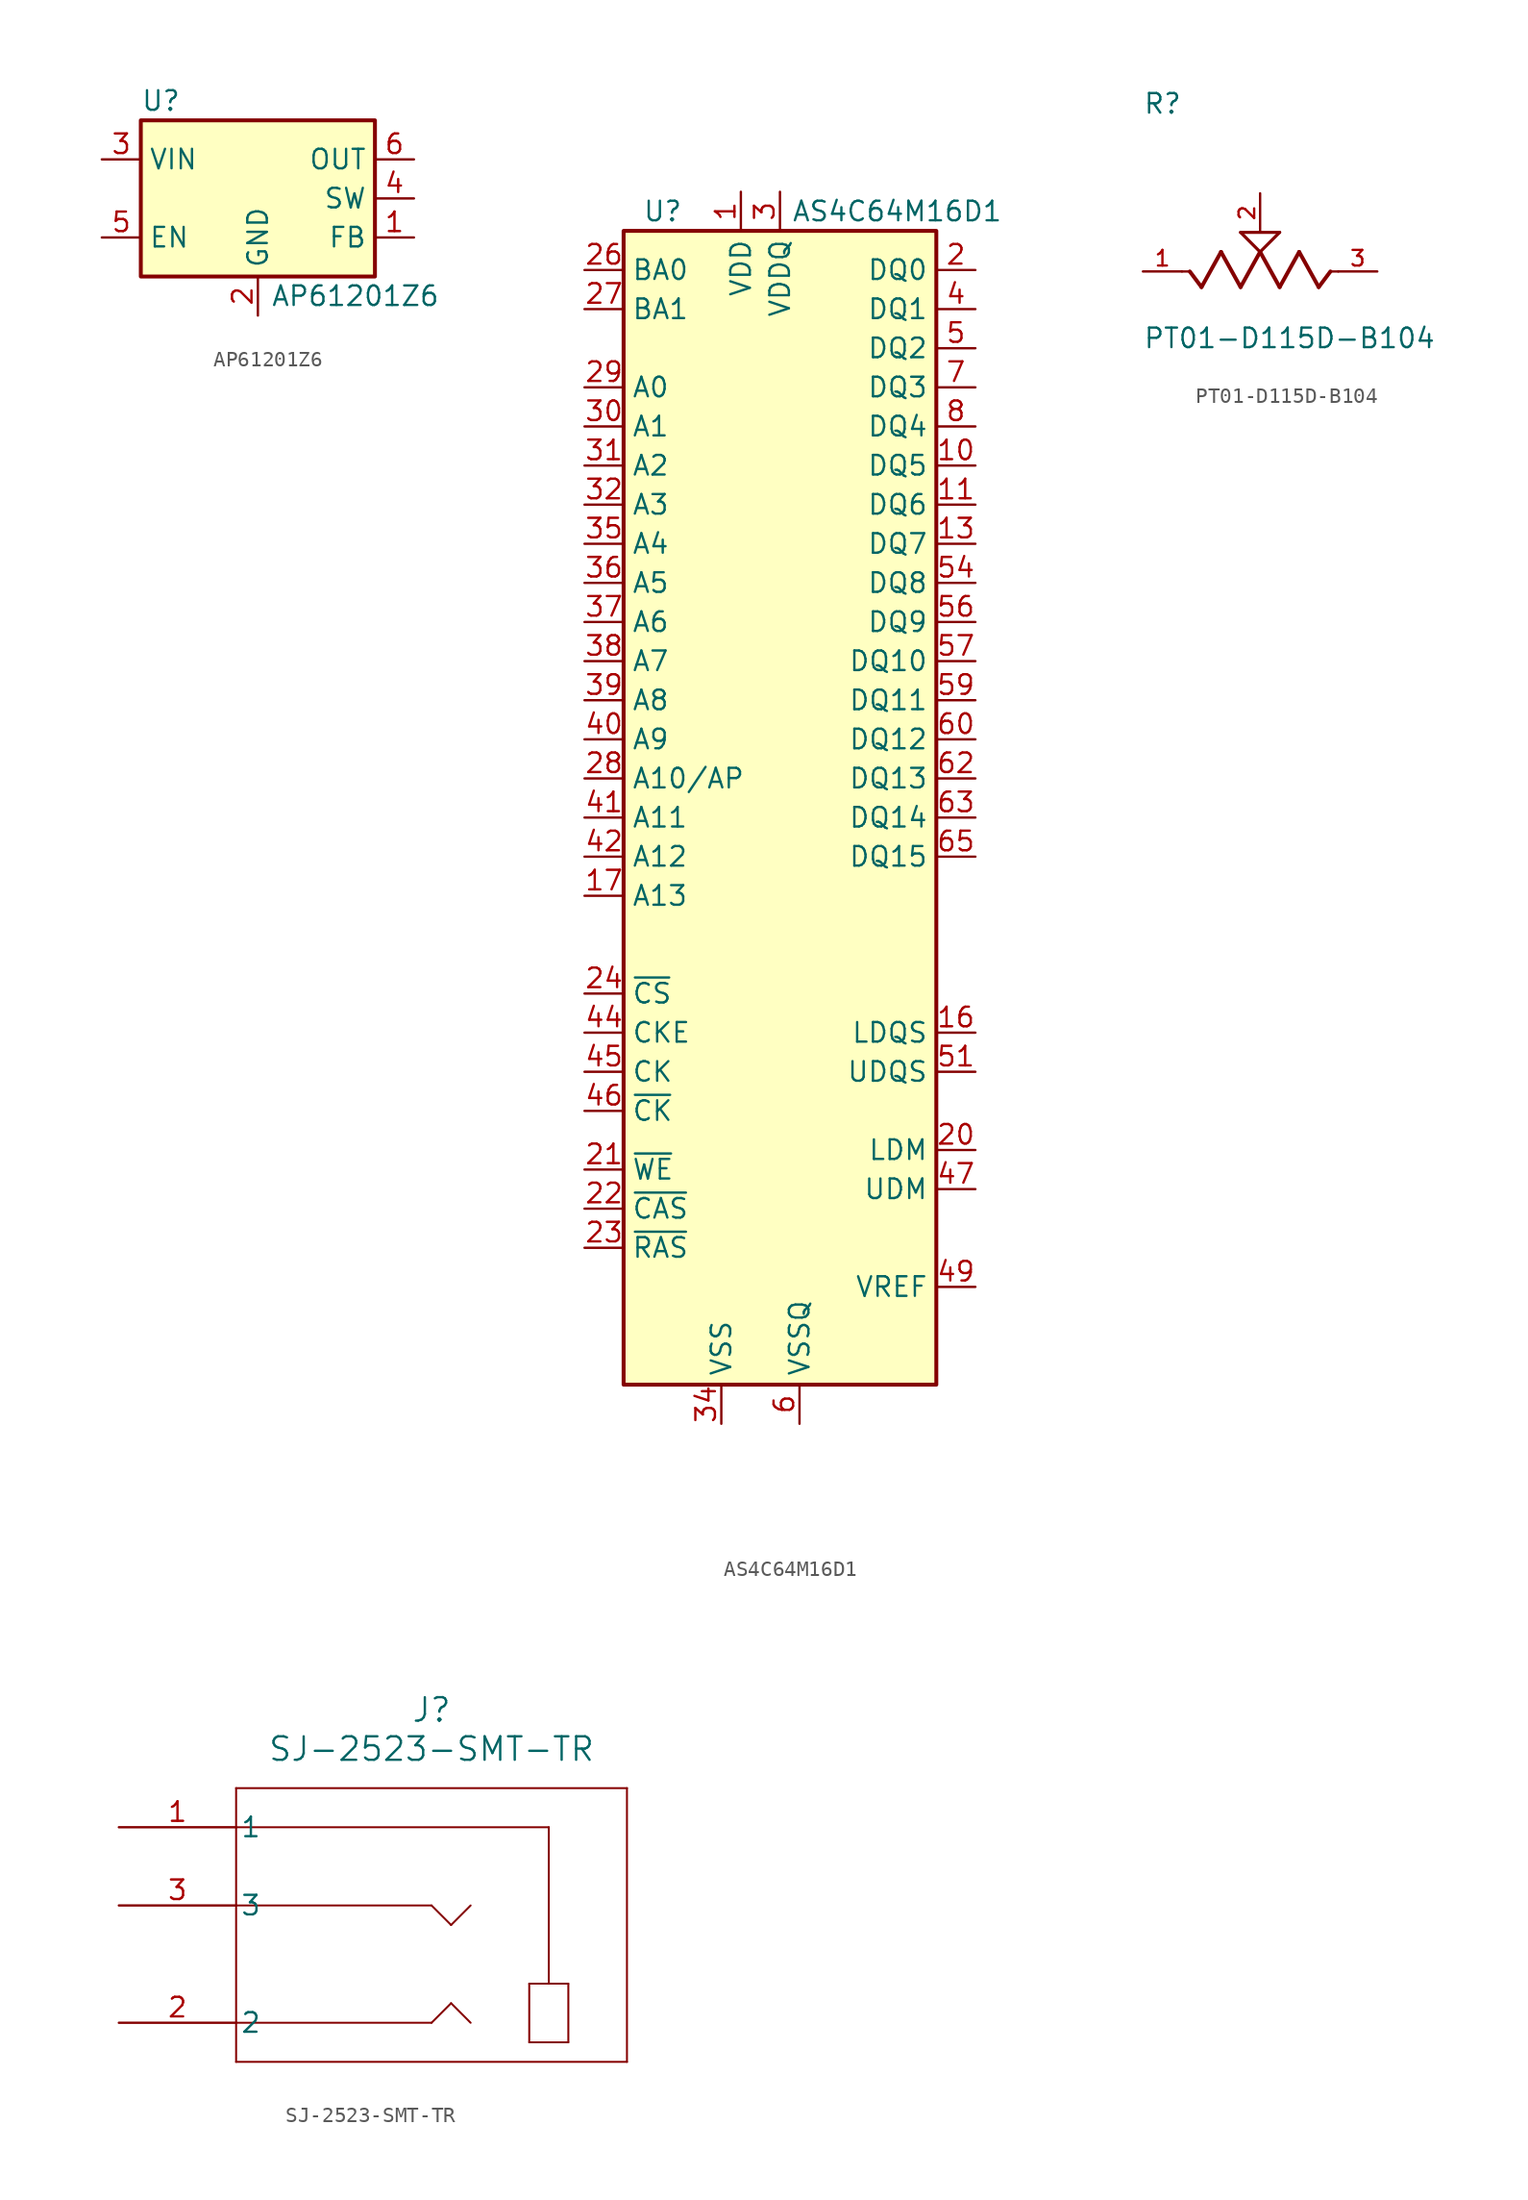
<source format=kicad_sym>
(kicad_symbol_lib
  (version 20220914)
  (generator kicad_symbol_editor)
  (symbol "AP61201Z6"
    (property "Reference" "U"
      (at -7.62 6.35 0)
      (effects (font (size 1.27 1.27)) (justify left)))
    (property "Value" "AP61201Z6"
      (at 6.35 -6.35 0)
      (effects (font (size 1.27 1.27))))
    (symbol "AP61201Z6_0_1"
      (rectangle (start -7.62 5.08) (end 7.62 -5.08) (stroke (width 0.254) (type default)) (fill (type background))))
    (symbol "AP61201Z6_1_1"
      (pin input line (at 10.16 -2.54 180) (length 2.54) (name "FB" (effects (font (size 1.27 1.27)))) (number "1" (effects (font (size 1.27 1.27)))))
      (pin power_in line (at 0 -7.62 90) (length 2.54) (name "GND" (effects (font (size 1.27 1.27)))) (number "2" (effects (font (size 1.27 1.27)))))
      (pin power_in line (at -10.16 2.54 0) (length 2.54) (name "VIN" (effects (font (size 1.27 1.27)))) (number "3" (effects (font (size 1.27 1.27)))))
      (pin passive line (at 10.16 0 180) (length 2.54) (name "SW" (effects (font (size 1.27 1.27)))) (number "4" (effects (font (size 1.27 1.27)))))
      (pin input line (at -10.16 -2.54 0) (length 2.54) (name "EN" (effects (font (size 1.27 1.27)))) (number "5" (effects (font (size 1.27 1.27)))))
      (pin output line (at 10.16 2.54 180) (length 2.54) (name "OUT" (effects (font (size 1.27 1.27)))) (number "6" (effects (font (size 1.27 1.27)))))))
  (symbol "AS4C64M16D1"
    (property "Reference" "U"
      (at -7.62 34.29 0)
      (effects (font (size 1.27 1.27))))
    (property "Value" "AS4C64M16D1"
      (at 7.62 34.29 0)
      (effects (font (size 1.27 1.27))))
    (symbol "AS4C64M16D1_0_1"
      (rectangle (start -10.16 33.02) (end 10.16 -41.91) (stroke (width 0.254) (type default)) (fill (type background))))
    (symbol "AS4C64M16D1_1_0"
      (pin input line (at 12.7 -19.05 180) (length 2.54) (name "LDQS" (effects (font (size 1.27 1.27)))) (number "16" (effects (font (size 1.27 1.27)))))
      (pin input line (at -12.7 -10.16 0) (length 2.54) (name "A13" (effects (font (size 1.27 1.27)))) (number "17" (effects (font (size 1.27 1.27)))))
      (pin passive line (at -2.54 35.56 270) (length 2.54) hide (name "VDD" (effects (font (size 1.27 1.27)))) (number "18" (effects (font (size 1.27 1.27)))))
      (pin no_connect line (at 6.35 -44.45 90) (length 2.54) hide (name "NC" (effects (font (size 1.27 1.27)))) (number "19" (effects (font (size 1.27 1.27)))))
      (pin input line (at 12.7 -26.67 180) (length 2.54) (name "LDM" (effects (font (size 1.27 1.27)))) (number "20" (effects (font (size 1.27 1.27)))))
      (pin no_connect line (at 6.35 -44.45 90) (length 2.54) hide (name "NC" (effects (font (size 1.27 1.27)))) (number "25" (effects (font (size 1.27 1.27)))))
      (pin input line (at -12.7 -24.13 0) (length 2.54) (name "~{CK}" (effects (font (size 1.27 1.27)))) (number "46" (effects (font (size 1.27 1.27)))))
      (pin input line (at 12.7 -35.56 180) (length 2.54) (name "VREF" (effects (font (size 1.27 1.27)))) (number "49" (effects (font (size 1.27 1.27)))))
      (pin input line (at 12.7 -21.59 180) (length 2.54) (name "UDQS" (effects (font (size 1.27 1.27)))) (number "51" (effects (font (size 1.27 1.27)))))
      (pin passive line (at 1.27 -44.45 90) (length 2.54) hide (name "VSSQ" (effects (font (size 1.27 1.27)))) (number "52" (effects (font (size 1.27 1.27)))))
      (pin no_connect line (at 6.35 -44.45 90) (length 2.54) hide (name "NC" (effects (font (size 1.27 1.27)))) (number "53" (effects (font (size 1.27 1.27))))))
    (symbol "AS4C64M16D1_1_1"
      (pin power_in line (at -2.54 35.56 270) (length 2.54) (name "VDD" (effects (font (size 1.27 1.27)))) (number "1" (effects (font (size 1.27 1.27)))))
      (pin bidirectional line (at 12.7 17.78 180) (length 2.54) (name "DQ5" (effects (font (size 1.27 1.27)))) (number "10" (effects (font (size 1.27 1.27)))))
      (pin bidirectional line (at 12.7 15.24 180) (length 2.54) (name "DQ6" (effects (font (size 1.27 1.27)))) (number "11" (effects (font (size 1.27 1.27)))))
      (pin passive line (at 1.27 -44.45 90) (length 2.54) hide (name "VSSQ" (effects (font (size 1.27 1.27)))) (number "12" (effects (font (size 1.27 1.27)))))
      (pin bidirectional line (at 12.7 12.7 180) (length 2.54) (name "DQ7" (effects (font (size 1.27 1.27)))) (number "13" (effects (font (size 1.27 1.27)))))
      (pin no_connect line (at -2.54 35.56 270) (length 2.54) hide (name "NC" (effects (font (size 1.27 1.27)))) (number "14" (effects (font (size 1.27 1.27)))))
      (pin power_in line (at 0 35.56 270) (length 2.54) hide (name "VDDQ" (effects (font (size 1.27 1.27)))) (number "15" (effects (font (size 1.27 1.27)))))
      (pin bidirectional line (at 12.7 30.48 180) (length 2.54) (name "DQ0" (effects (font (size 1.27 1.27)))) (number "2" (effects (font (size 1.27 1.27)))))
      (pin input line (at -12.7 -27.94 0) (length 2.54) (name "~{WE}" (effects (font (size 1.27 1.27)))) (number "21" (effects (font (size 1.27 1.27)))))
      (pin input line (at -12.7 -30.48 0) (length 2.54) (name "~{CAS}" (effects (font (size 1.27 1.27)))) (number "22" (effects (font (size 1.27 1.27)))))
      (pin input line (at -12.7 -33.02 0) (length 2.54) (name "~{RAS}" (effects (font (size 1.27 1.27)))) (number "23" (effects (font (size 1.27 1.27)))))
      (pin input line (at -12.7 -16.51 0) (length 2.54) (name "~{CS}" (effects (font (size 1.27 1.27)))) (number "24" (effects (font (size 1.27 1.27)))))
      (pin input line (at -12.7 30.48 0) (length 2.54) (name "BA0" (effects (font (size 1.27 1.27)))) (number "26" (effects (font (size 1.27 1.27)))))
      (pin input line (at -12.7 27.94 0) (length 2.54) (name "BA1" (effects (font (size 1.27 1.27)))) (number "27" (effects (font (size 1.27 1.27)))))
      (pin input line (at -12.7 -2.54 0) (length 2.54) (name "A10/AP" (effects (font (size 1.27 1.27)))) (number "28" (effects (font (size 1.27 1.27)))))
      (pin input line (at -12.7 22.86 0) (length 2.54) (name "A0" (effects (font (size 1.27 1.27)))) (number "29" (effects (font (size 1.27 1.27)))))
      (pin power_in line (at 0 35.56 270) (length 2.54) (name "VDDQ" (effects (font (size 1.27 1.27)))) (number "3" (effects (font (size 1.27 1.27)))))
      (pin input line (at -12.7 20.32 0) (length 2.54) (name "A1" (effects (font (size 1.27 1.27)))) (number "30" (effects (font (size 1.27 1.27)))))
      (pin input line (at -12.7 17.78 0) (length 2.54) (name "A2" (effects (font (size 1.27 1.27)))) (number "31" (effects (font (size 1.27 1.27)))))
      (pin input line (at -12.7 15.24 0) (length 2.54) (name "A3" (effects (font (size 1.27 1.27)))) (number "32" (effects (font (size 1.27 1.27)))))
      (pin passive line (at -2.54 35.56 270) (length 2.54) hide (name "VDD" (effects (font (size 1.27 1.27)))) (number "33" (effects (font (size 1.27 1.27)))))
      (pin power_in line (at -3.81 -44.45 90) (length 2.54) (name "VSS" (effects (font (size 1.27 1.27)))) (number "34" (effects (font (size 1.27 1.27)))))
      (pin input line (at -12.7 12.7 0) (length 2.54) (name "A4" (effects (font (size 1.27 1.27)))) (number "35" (effects (font (size 1.27 1.27)))))
      (pin input line (at -12.7 10.16 0) (length 2.54) (name "A5" (effects (font (size 1.27 1.27)))) (number "36" (effects (font (size 1.27 1.27)))))
      (pin input line (at -12.7 7.62 0) (length 2.54) (name "A6" (effects (font (size 1.27 1.27)))) (number "37" (effects (font (size 1.27 1.27)))))
      (pin input line (at -12.7 5.08 0) (length 2.54) (name "A7" (effects (font (size 1.27 1.27)))) (number "38" (effects (font (size 1.27 1.27)))))
      (pin input line (at -12.7 2.54 0) (length 2.54) (name "A8" (effects (font (size 1.27 1.27)))) (number "39" (effects (font (size 1.27 1.27)))))
      (pin bidirectional line (at 12.7 27.94 180) (length 2.54) (name "DQ1" (effects (font (size 1.27 1.27)))) (number "4" (effects (font (size 1.27 1.27)))))
      (pin input line (at -12.7 0 0) (length 2.54) (name "A9" (effects (font (size 1.27 1.27)))) (number "40" (effects (font (size 1.27 1.27)))))
      (pin input line (at -12.7 -5.08 0) (length 2.54) (name "A11" (effects (font (size 1.27 1.27)))) (number "41" (effects (font (size 1.27 1.27)))))
      (pin input line (at -12.7 -7.62 0) (length 2.54) (name "A12" (effects (font (size 1.27 1.27)))) (number "42" (effects (font (size 1.27 1.27)))))
      (pin no_connect line (at 6.35 -44.45 90) (length 2.54) hide (name "NC" (effects (font (size 1.27 1.27)))) (number "43" (effects (font (size 1.27 1.27)))))
      (pin input line (at -12.7 -19.05 0) (length 2.54) (name "CKE" (effects (font (size 1.27 1.27)))) (number "44" (effects (font (size 1.27 1.27)))))
      (pin input line (at -12.7 -21.59 0) (length 2.54) (name "CK" (effects (font (size 1.27 1.27)))) (number "45" (effects (font (size 1.27 1.27)))))
      (pin input line (at 12.7 -29.21 180) (length 2.54) (name "UDM" (effects (font (size 1.27 1.27)))) (number "47" (effects (font (size 1.27 1.27)))))
      (pin passive line (at -3.81 -44.45 90) (length 2.54) hide (name "VSS" (effects (font (size 1.27 1.27)))) (number "48" (effects (font (size 1.27 1.27)))))
      (pin bidirectional line (at 12.7 25.4 180) (length 2.54) (name "DQ2" (effects (font (size 1.27 1.27)))) (number "5" (effects (font (size 1.27 1.27)))))
      (pin no_connect line (at 6.35 -44.45 90) (length 2.54) hide (name "NC" (effects (font (size 1.27 1.27)))) (number "50" (effects (font (size 1.27 1.27)))))
      (pin bidirectional line (at 12.7 10.16 180) (length 2.54) (name "DQ8" (effects (font (size 1.27 1.27)))) (number "54" (effects (font (size 1.27 1.27)))))
      (pin passive line (at 0 35.56 270) (length 2.54) hide (name "VDDQ" (effects (font (size 1.27 1.27)))) (number "55" (effects (font (size 1.27 1.27)))))
      (pin bidirectional line (at 12.7 7.62 180) (length 2.54) (name "DQ9" (effects (font (size 1.27 1.27)))) (number "56" (effects (font (size 1.27 1.27)))))
      (pin bidirectional line (at 12.7 5.08 180) (length 2.54) (name "DQ10" (effects (font (size 1.27 1.27)))) (number "57" (effects (font (size 1.27 1.27)))))
      (pin passive line (at 1.27 -44.45 90) (length 2.54) hide (name "VSSQ" (effects (font (size 1.27 1.27)))) (number "58" (effects (font (size 1.27 1.27)))))
      (pin bidirectional line (at 12.7 2.54 180) (length 2.54) (name "DQ11" (effects (font (size 1.27 1.27)))) (number "59" (effects (font (size 1.27 1.27)))))
      (pin power_in line (at 1.27 -44.45 90) (length 2.54) (name "VSSQ" (effects (font (size 1.27 1.27)))) (number "6" (effects (font (size 1.27 1.27)))))
      (pin bidirectional line (at 12.7 0 180) (length 2.54) (name "DQ12" (effects (font (size 1.27 1.27)))) (number "60" (effects (font (size 1.27 1.27)))))
      (pin passive line (at 0 35.56 270) (length 2.54) hide (name "VDDQ" (effects (font (size 1.27 1.27)))) (number "61" (effects (font (size 1.27 1.27)))))
      (pin bidirectional line (at 12.7 -2.54 180) (length 2.54) (name "DQ13" (effects (font (size 1.27 1.27)))) (number "62" (effects (font (size 1.27 1.27)))))
      (pin bidirectional line (at 12.7 -5.08 180) (length 2.54) (name "DQ14" (effects (font (size 1.27 1.27)))) (number "63" (effects (font (size 1.27 1.27)))))
      (pin passive line (at 1.27 -44.45 90) (length 2.54) hide (name "VSSQ" (effects (font (size 1.27 1.27)))) (number "64" (effects (font (size 1.27 1.27)))))
      (pin bidirectional line (at 12.7 -7.62 180) (length 2.54) (name "DQ15" (effects (font (size 1.27 1.27)))) (number "65" (effects (font (size 1.27 1.27)))))
      (pin passive line (at -3.81 -44.45 90) (length 2.54) hide (name "VSS" (effects (font (size 1.27 1.27)))) (number "66" (effects (font (size 1.27 1.27)))))
      (pin bidirectional line (at 12.7 22.86 180) (length 2.54) (name "DQ3" (effects (font (size 1.27 1.27)))) (number "7" (effects (font (size 1.27 1.27)))))
      (pin bidirectional line (at 12.7 20.32 180) (length 2.54) (name "DQ4" (effects (font (size 1.27 1.27)))) (number "8" (effects (font (size 1.27 1.27)))))
      (pin passive line (at 0 35.56 270) (length 2.54) hide (name "VDDQ" (effects (font (size 1.27 1.27)))) (number "9" (effects (font (size 1.27 1.27)))))))
  (symbol "PT01-D115D-B104"
    (pin_names
      (offset 1.016))
    (property "Reference" "R"
      (at -7.62 10.16 0)
      (effects (font (size 1.27 1.27)) (justify left bottom)))
    (property "Value" "PT01-D115D-B104"
      (at -7.62 -5.08 0)
      (effects (font (size 1.27 1.27)) (justify left bottom)))
    (symbol "PT01-D115D-B104_0_0"
      (polyline (pts (xy -4.572 0) (xy -5.08 0)) (stroke (width 0.152) (type default)) (fill (type none)))
      (polyline (pts (xy -3.81 -1.016) (xy -4.572 0)) (stroke (width 0.254) (type default)) (fill (type none)))
      (polyline (pts (xy -2.54 1.27) (xy -3.81 -1.016)) (stroke (width 0.254) (type default)) (fill (type none)))
      (polyline (pts (xy -1.27 -1.016) (xy -2.54 1.27)) (stroke (width 0.254) (type default)) (fill (type none)))
      (polyline (pts (xy -1.27 2.54) (xy 1.27 2.54)) (stroke (width 0.203) (type default)) (fill (type none)))
      (polyline (pts (xy 0 1.27) (xy -1.27 -1.016)) (stroke (width 0.254) (type default)) (fill (type none)))
      (polyline (pts (xy 0 1.27) (xy -1.27 2.54)) (stroke (width 0.203) (type default)) (fill (type none)))
      (polyline (pts (xy 1.27 -1.016) (xy 0 1.27)) (stroke (width 0.254) (type default)) (fill (type none)))
      (polyline (pts (xy 1.27 2.54) (xy 0 1.27)) (stroke (width 0.203) (type default)) (fill (type none)))
      (polyline (pts (xy 2.54 1.27) (xy 1.27 -1.016)) (stroke (width 0.254) (type default)) (fill (type none)))
      (polyline (pts (xy 3.81 -1.016) (xy 2.54 1.27)) (stroke (width 0.254) (type default)) (fill (type none)))
      (polyline (pts (xy 4.572 0) (xy 3.81 -1.016)) (stroke (width 0.254) (type default)) (fill (type none)))
      (polyline (pts (xy 5.08 0) (xy 4.572 0)) (stroke (width 0.152) (type default)) (fill (type none)))
      (pin passive line (at -7.62 0 0) (length 2.54) (name "~" (effects (font (size 1.016 1.016)))) (number "1" (effects (font (size 1.016 1.016)))))
      (pin passive line (at 0 5.08 270) (length 2.54) (name "~" (effects (font (size 1.016 1.016)))) (number "2" (effects (font (size 1.016 1.016)))))
      (pin passive line (at 7.62 0 180) (length 2.54) (name "~" (effects (font (size 1.016 1.016)))) (number "3" (effects (font (size 1.016 1.016)))))))
  (symbol "SJ-2523-SMT-TR"
    (pin_names
      (offset 0.254))
    (property "Reference" "J"
      (at 20.32 7.62 0)
      (effects (font (size 1.524 1.524))))
    (property "Value" "SJ-2523-SMT-TR"
      (at 20.32 5.08 0)
      (effects (font (size 1.524 1.524))))
    (property "ki_locked" ""
      (at 0 0 0)
      (effects (font (size 1.27 1.27))))
    (symbol "SJ-2523-SMT-TR_0_1"
      (polyline (pts (xy 7.62 -15.24) (xy 33.02 -15.24)) (stroke (width 0.127) (type default)) (fill (type none)))
      (polyline (pts (xy 7.62 -12.7) (xy 20.32 -12.7)) (stroke (width 0.127) (type default)) (fill (type none)))
      (polyline (pts (xy 7.62 -5.08) (xy 20.32 -5.08)) (stroke (width 0.127) (type default)) (fill (type none)))
      (polyline (pts (xy 7.62 0) (xy 27.94 0)) (stroke (width 0.127) (type default)) (fill (type none)))
      (polyline (pts (xy 7.62 2.54) (xy 7.62 -15.24)) (stroke (width 0.127) (type default)) (fill (type none)))
      (polyline (pts (xy 20.32 -12.7) (xy 21.59 -11.43)) (stroke (width 0.127) (type default)) (fill (type none)))
      (polyline (pts (xy 20.32 -5.08) (xy 21.59 -6.35)) (stroke (width 0.127) (type default)) (fill (type none)))
      (polyline (pts (xy 21.59 -11.43) (xy 22.86 -12.7)) (stroke (width 0.127) (type default)) (fill (type none)))
      (polyline (pts (xy 21.59 -6.35) (xy 22.86 -5.08)) (stroke (width 0.127) (type default)) (fill (type none)))
      (polyline (pts (xy 26.67 -10.16) (xy 26.67 -13.97)) (stroke (width 0.127) (type default)) (fill (type none)))
      (polyline (pts (xy 27.94 0) (xy 27.94 -10.16)) (stroke (width 0.127) (type default)) (fill (type none)))
      (polyline (pts (xy 29.21 -13.97) (xy 26.67 -13.97)) (stroke (width 0.127) (type default)) (fill (type none)))
      (polyline (pts (xy 29.21 -10.16) (xy 26.67 -10.16)) (stroke (width 0.127) (type default)) (fill (type none)))
      (polyline (pts (xy 29.21 -10.16) (xy 29.21 -13.97)) (stroke (width 0.127) (type default)) (fill (type none)))
      (polyline (pts (xy 33.02 -15.24) (xy 33.02 2.54)) (stroke (width 0.127) (type default)) (fill (type none)))
      (polyline (pts (xy 33.02 2.54) (xy 7.62 2.54)) (stroke (width 0.127) (type default)) (fill (type none)))
      (pin unspecified line (at 0 0 0) (length 7.62) (name "1" (effects (font (size 1.27 1.27)))) (number "1" (effects (font (size 1.27 1.27)))))
      (pin unspecified line (at 0 -12.7 0) (length 7.62) (name "2" (effects (font (size 1.27 1.27)))) (number "2" (effects (font (size 1.27 1.27)))))
      (pin unspecified line (at 0 -5.08 0) (length 7.62) (name "3" (effects (font (size 1.27 1.27)))) (number "3" (effects (font (size 1.27 1.27))))))))
</source>
